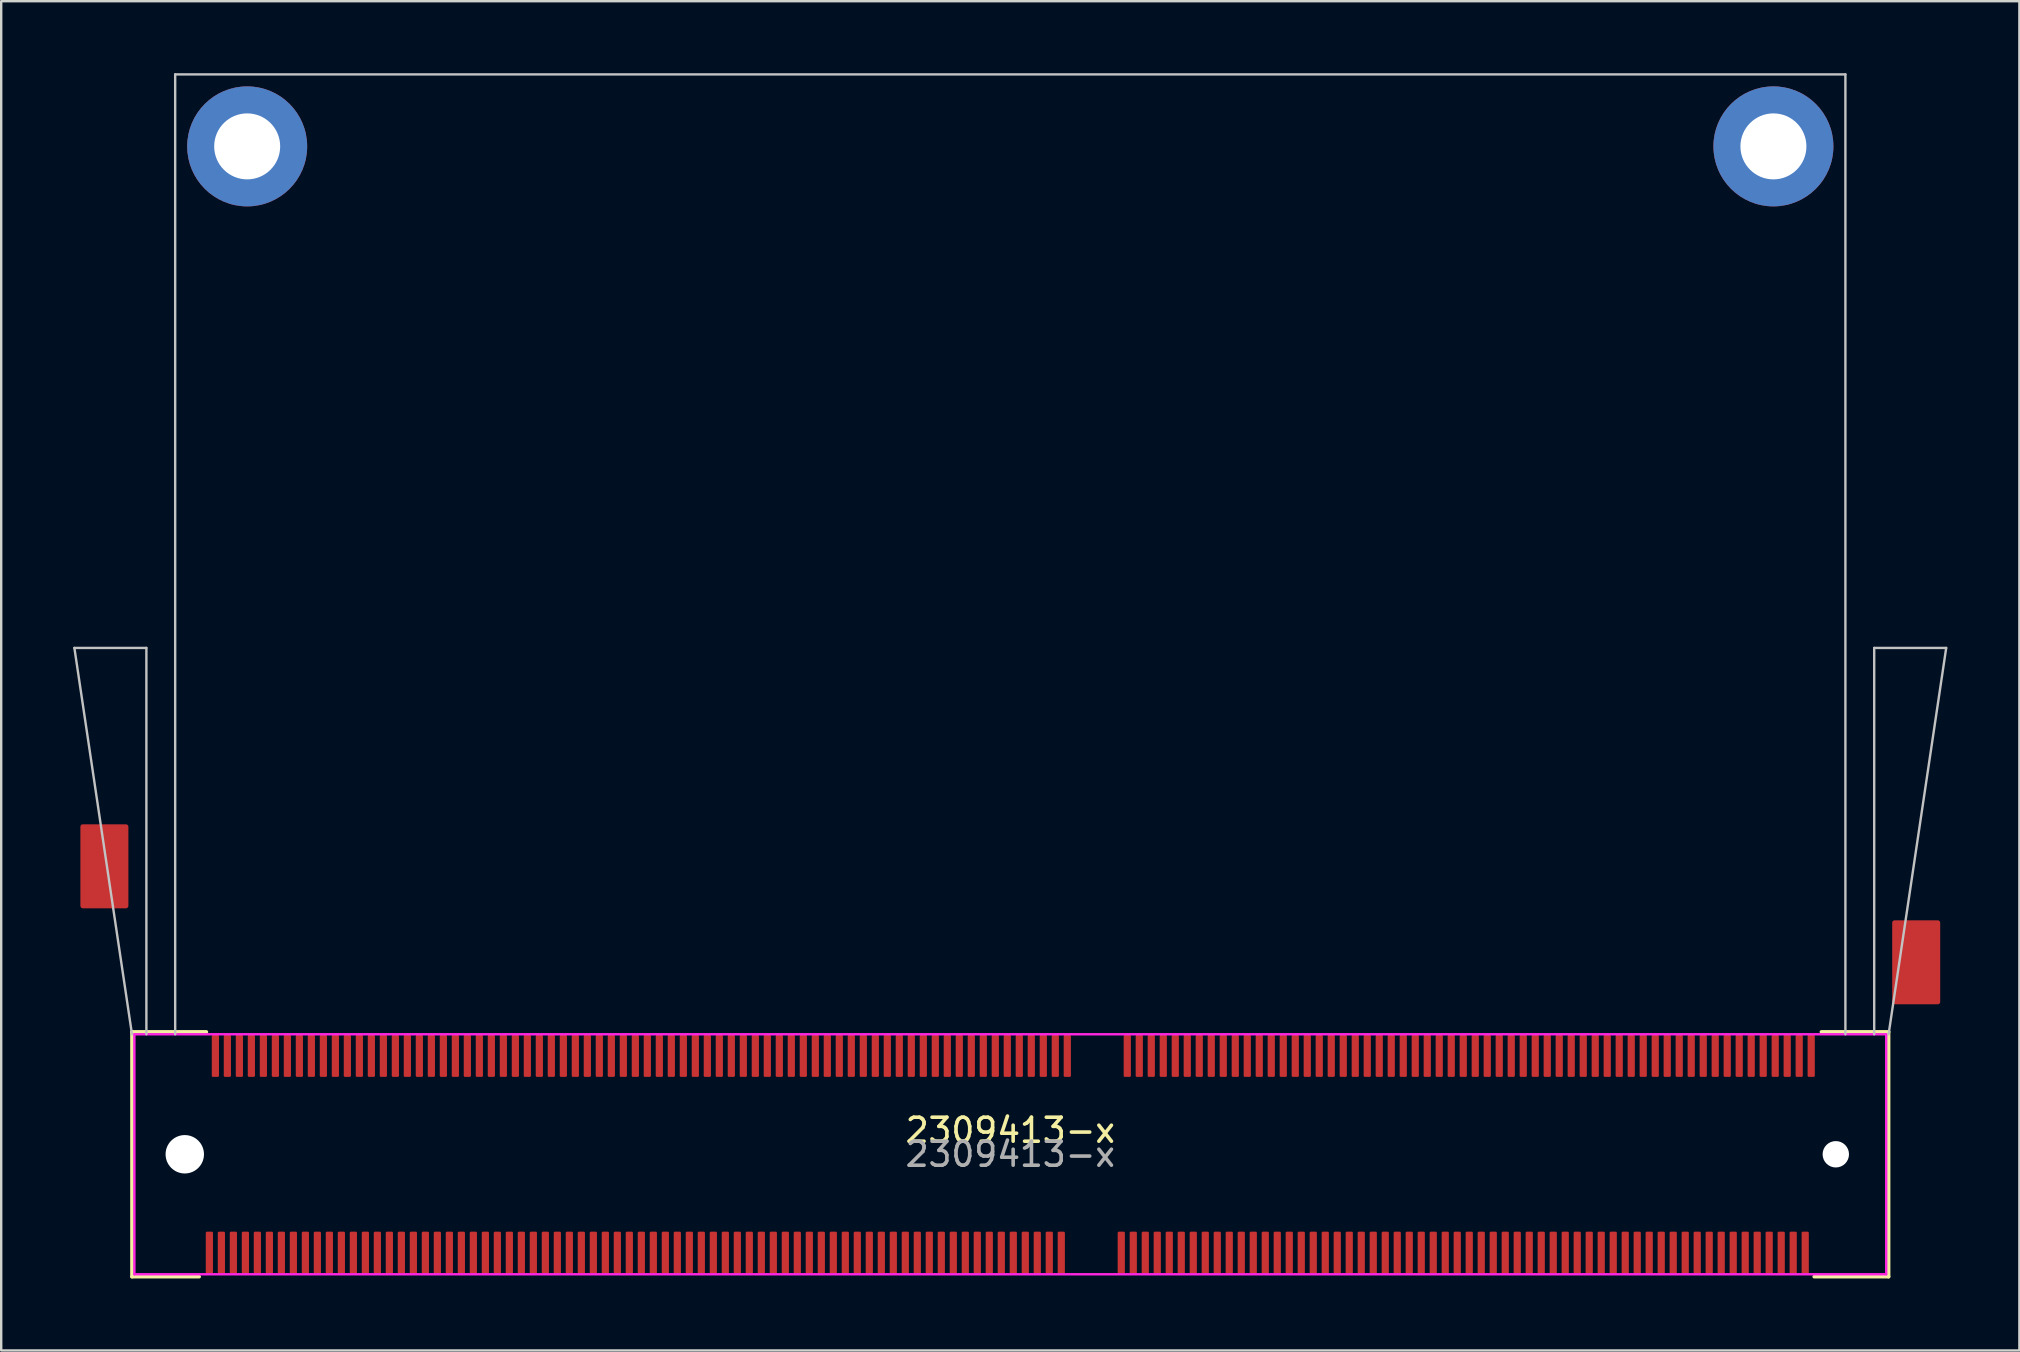
<source format=kicad_pcb>
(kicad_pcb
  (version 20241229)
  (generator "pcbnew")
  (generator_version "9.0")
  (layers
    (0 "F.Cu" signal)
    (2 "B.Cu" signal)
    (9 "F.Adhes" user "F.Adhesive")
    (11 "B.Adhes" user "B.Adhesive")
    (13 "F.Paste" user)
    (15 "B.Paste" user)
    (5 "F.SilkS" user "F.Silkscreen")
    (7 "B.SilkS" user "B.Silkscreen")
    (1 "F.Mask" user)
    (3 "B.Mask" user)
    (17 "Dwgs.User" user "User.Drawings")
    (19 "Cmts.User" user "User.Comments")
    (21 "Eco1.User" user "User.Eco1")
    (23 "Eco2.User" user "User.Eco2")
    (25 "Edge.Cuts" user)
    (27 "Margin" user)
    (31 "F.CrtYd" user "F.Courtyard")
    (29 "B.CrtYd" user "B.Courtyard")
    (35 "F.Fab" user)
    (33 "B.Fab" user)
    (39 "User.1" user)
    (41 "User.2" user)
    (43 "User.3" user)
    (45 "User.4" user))
  (footprint "2309413-x"
    (layer "F.Cu")
    (at 39.05 45.05)
    (property "Reference" "2309413-x" (at 0 -1 0) (layer "F.SilkS") (effects (font (size 1 1) (thickness 0.15))))
    (attr smd)
    (fp_line (start -36.6 -5.1) (end -36.6 5.1) (stroke (width 0.15) (type solid)) (layer "F.SilkS"))
    (fp_line (start -36.6 -5.1) (end -33.5 -5.1) (stroke (width 0.15) (type solid)) (layer "F.SilkS"))
    (fp_line (start -36.6 5.1) (end -33.8 5.1) (stroke (width 0.15) (type solid)) (layer "F.SilkS"))
    (fp_line (start 33.5 5.1) (end 36.6 5.1) (stroke (width 0.15) (type solid)) (layer "F.SilkS"))
    (fp_line (start 33.8 -5.1) (end 36.6 -5.1) (stroke (width 0.15) (type solid)) (layer "F.SilkS"))
    (fp_line (start 36.6 -5.1) (end 36.6 5.1) (stroke (width 0.15) (type solid)) (layer "F.SilkS"))
    (fp_line (start -39 -21.1) (end -36.6 -5) (stroke (width 0.1) (type solid)) (layer "Dwgs.User"))
    (fp_line (start -36 -21.1) (end -39 -21.1) (stroke (width 0.1) (type solid)) (layer "Dwgs.User"))
    (fp_line (start -36 -21.1) (end -36 -5) (stroke (width 0.1) (type solid)) (layer "Dwgs.User"))
    (fp_line (start -34.8 -45) (end -34.8 -5) (stroke (width 0.1) (type solid)) (layer "Dwgs.User"))
    (fp_line (start -34.8 -45) (end 34.8 -45) (stroke (width 0.1) (type solid)) (layer "Dwgs.User"))
    (fp_line (start 34.8 -45) (end 34.8 -5) (stroke (width 0.1) (type solid)) (layer "Dwgs.User"))
    (fp_line (start 36 -21.1) (end 36 -5) (stroke (width 0.1) (type solid)) (layer "Dwgs.User"))
    (fp_line (start 39 -21.1) (end 36 -21.1) (stroke (width 0.1) (type solid)) (layer "Dwgs.User"))
    (fp_line (start 39 -21.1) (end 36.6 -5) (stroke (width 0.1) (type solid)) (layer "Dwgs.User"))
    (fp_line (start -36.5 -5) (end -36.5 5) (stroke (width 0.1) (type solid)) (layer "F.CrtYd"))
    (fp_line (start -36.5 -5) (end 36.5 -5) (stroke (width 0.1) (type solid)) (layer "F.CrtYd"))
    (fp_line (start 36.5 -5) (end 36.5 5) (stroke (width 0.1) (type solid)) (layer "F.CrtYd"))
    (fp_line (start 36.5 5) (end -36.5 5) (stroke (width 0.1) (type solid)) (layer "F.CrtYd"))
    (fp_text user "${REFERENCE}" (at 0 0 0) (layer "F.Fab") (effects (font (size 1 1) (thickness 0.15))))
    (pad "" np_thru_hole circle (at -34.4 0) (size 1.6 1.6) (drill 1.6) (layers "*.Cu" "*.Mask"))
    (pad "" np_thru_hole circle (at 34.4 0) (size 1.1 1.1) (drill 1.1) (layers "*.Cu" "*.Mask"))
    (pad "1" smd roundrect (at -33.375 4.1) (size 0.3 1.75) (layers "F.Cu" "F.Mask" "F.Paste") (roundrect_rratio 0.167))
    (pad "2" smd roundrect (at -33.125 -4.1) (size 0.3 1.75) (layers "F.Cu" "F.Mask" "F.Paste") (roundrect_rratio 0.167))
    (pad "3" smd roundrect (at -32.875 4.1) (size 0.3 1.75) (layers "F.Cu" "F.Mask" "F.Paste") (roundrect_rratio 0.167))
    (pad "4" smd roundrect (at -32.625 -4.1) (size 0.3 1.75) (layers "F.Cu" "F.Mask" "F.Paste") (roundrect_rratio 0.167))
    (pad "5" smd roundrect (at -32.375 4.1) (size 0.3 1.75) (layers "F.Cu" "F.Mask" "F.Paste") (roundrect_rratio 0.167))
    (pad "6" smd roundrect (at -32.125 -4.1) (size 0.3 1.75) (layers "F.Cu" "F.Mask" "F.Paste") (roundrect_rratio 0.167))
    (pad "7" smd roundrect (at -31.875 4.1) (size 0.3 1.75) (layers "F.Cu" "F.Mask" "F.Paste") (roundrect_rratio 0.167))
    (pad "8" smd roundrect (at -31.625 -4.1) (size 0.3 1.75) (layers "F.Cu" "F.Mask" "F.Paste") (roundrect_rratio 0.167))
    (pad "9" smd roundrect (at -31.375 4.1) (size 0.3 1.75) (layers "F.Cu" "F.Mask" "F.Paste") (roundrect_rratio 0.167))
    (pad "10" smd roundrect (at -31.125 -4.1) (size 0.3 1.75) (layers "F.Cu" "F.Mask" "F.Paste") (roundrect_rratio 0.167))
    (pad "11" smd roundrect (at -30.875 4.1) (size 0.3 1.75) (layers "F.Cu" "F.Mask" "F.Paste") (roundrect_rratio 0.167))
    (pad "12" smd roundrect (at -30.625 -4.1) (size 0.3 1.75) (layers "F.Cu" "F.Mask" "F.Paste") (roundrect_rratio 0.167))
    (pad "13" smd roundrect (at -30.375 4.1) (size 0.3 1.75) (layers "F.Cu" "F.Mask" "F.Paste") (roundrect_rratio 0.167))
    (pad "14" smd roundrect (at -30.125 -4.1) (size 0.3 1.75) (layers "F.Cu" "F.Mask" "F.Paste") (roundrect_rratio 0.167))
    (pad "15" smd roundrect (at -29.875 4.1) (size 0.3 1.75) (layers "F.Cu" "F.Mask" "F.Paste") (roundrect_rratio 0.167))
    (pad "16" smd roundrect (at -29.625 -4.1) (size 0.3 1.75) (layers "F.Cu" "F.Mask" "F.Paste") (roundrect_rratio 0.167))
    (pad "17" smd roundrect (at -29.375 4.1) (size 0.3 1.75) (layers "F.Cu" "F.Mask" "F.Paste") (roundrect_rratio 0.167))
    (pad "18" smd roundrect (at -29.125 -4.1) (size 0.3 1.75) (layers "F.Cu" "F.Mask" "F.Paste") (roundrect_rratio 0.167))
    (pad "19" smd roundrect (at -28.875 4.1) (size 0.3 1.75) (layers "F.Cu" "F.Mask" "F.Paste") (roundrect_rratio 0.167))
    (pad "20" smd roundrect (at -28.625 -4.1) (size 0.3 1.75) (layers "F.Cu" "F.Mask" "F.Paste") (roundrect_rratio 0.167))
    (pad "21" smd roundrect (at -28.375 4.1) (size 0.3 1.75) (layers "F.Cu" "F.Mask" "F.Paste") (roundrect_rratio 0.167))
    (pad "22" smd roundrect (at -28.125 -4.1) (size 0.3 1.75) (layers "F.Cu" "F.Mask" "F.Paste") (roundrect_rratio 0.167))
    (pad "23" smd roundrect (at -27.875 4.1) (size 0.3 1.75) (layers "F.Cu" "F.Mask" "F.Paste") (roundrect_rratio 0.167))
    (pad "24" smd roundrect (at -27.625 -4.1) (size 0.3 1.75) (layers "F.Cu" "F.Mask" "F.Paste") (roundrect_rratio 0.167))
    (pad "25" smd roundrect (at -27.375 4.1) (size 0.3 1.75) (layers "F.Cu" "F.Mask" "F.Paste") (roundrect_rratio 0.167))
    (pad "26" smd roundrect (at -27.125 -4.1) (size 0.3 1.75) (layers "F.Cu" "F.Mask" "F.Paste") (roundrect_rratio 0.167))
    (pad "27" smd roundrect (at -26.875 4.1) (size 0.3 1.75) (layers "F.Cu" "F.Mask" "F.Paste") (roundrect_rratio 0.167))
    (pad "28" smd roundrect (at -26.625 -4.1) (size 0.3 1.75) (layers "F.Cu" "F.Mask" "F.Paste") (roundrect_rratio 0.167))
    (pad "29" smd roundrect (at -26.375 4.1) (size 0.3 1.75) (layers "F.Cu" "F.Mask" "F.Paste") (roundrect_rratio 0.167))
    (pad "30" smd roundrect (at -26.125 -4.1) (size 0.3 1.75) (layers "F.Cu" "F.Mask" "F.Paste") (roundrect_rratio 0.167))
    (pad "31" smd roundrect (at -25.875 4.1) (size 0.3 1.75) (layers "F.Cu" "F.Mask" "F.Paste") (roundrect_rratio 0.167))
    (pad "32" smd roundrect (at -25.625 -4.1) (size 0.3 1.75) (layers "F.Cu" "F.Mask" "F.Paste") (roundrect_rratio 0.167))
    (pad "33" smd roundrect (at -25.375 4.1) (size 0.3 1.75) (layers "F.Cu" "F.Mask" "F.Paste") (roundrect_rratio 0.167))
    (pad "34" smd roundrect (at -25.125 -4.1) (size 0.3 1.75) (layers "F.Cu" "F.Mask" "F.Paste") (roundrect_rratio 0.167))
    (pad "35" smd roundrect (at -24.875 4.1) (size 0.3 1.75) (layers "F.Cu" "F.Mask" "F.Paste") (roundrect_rratio 0.167))
    (pad "36" smd roundrect (at -24.625 -4.1) (size 0.3 1.75) (layers "F.Cu" "F.Mask" "F.Paste") (roundrect_rratio 0.167))
    (pad "37" smd roundrect (at -24.375 4.1) (size 0.3 1.75) (layers "F.Cu" "F.Mask" "F.Paste") (roundrect_rratio 0.167))
    (pad "38" smd roundrect (at -24.125 -4.1) (size 0.3 1.75) (layers "F.Cu" "F.Mask" "F.Paste") (roundrect_rratio 0.167))
    (pad "39" smd roundrect (at -23.875 4.1) (size 0.3 1.75) (layers "F.Cu" "F.Mask" "F.Paste") (roundrect_rratio 0.167))
    (pad "40" smd roundrect (at -23.625 -4.1) (size 0.3 1.75) (layers "F.Cu" "F.Mask" "F.Paste") (roundrect_rratio 0.167))
    (pad "41" smd roundrect (at -23.375 4.1) (size 0.3 1.75) (layers "F.Cu" "F.Mask" "F.Paste") (roundrect_rratio 0.167))
    (pad "42" smd roundrect (at -23.125 -4.1) (size 0.3 1.75) (layers "F.Cu" "F.Mask" "F.Paste") (roundrect_rratio 0.167))
    (pad "43" smd roundrect (at -22.875 4.1) (size 0.3 1.75) (layers "F.Cu" "F.Mask" "F.Paste") (roundrect_rratio 0.167))
    (pad "44" smd roundrect (at -22.625 -4.1) (size 0.3 1.75) (layers "F.Cu" "F.Mask" "F.Paste") (roundrect_rratio 0.167))
    (pad "45" smd roundrect (at -22.375 4.1) (size 0.3 1.75) (layers "F.Cu" "F.Mask" "F.Paste") (roundrect_rratio 0.167))
    (pad "46" smd roundrect (at -22.125 -4.1) (size 0.3 1.75) (layers "F.Cu" "F.Mask" "F.Paste") (roundrect_rratio 0.167))
    (pad "47" smd roundrect (at -21.875 4.1) (size 0.3 1.75) (layers "F.Cu" "F.Mask" "F.Paste") (roundrect_rratio 0.167))
    (pad "48" smd roundrect (at -21.625 -4.1) (size 0.3 1.75) (layers "F.Cu" "F.Mask" "F.Paste") (roundrect_rratio 0.167))
    (pad "49" smd roundrect (at -21.375 4.1) (size 0.3 1.75) (layers "F.Cu" "F.Mask" "F.Paste") (roundrect_rratio 0.167))
    (pad "50" smd roundrect (at -21.125 -4.1) (size 0.3 1.75) (layers "F.Cu" "F.Mask" "F.Paste") (roundrect_rratio 0.167))
    (pad "51" smd roundrect (at -20.875 4.1) (size 0.3 1.75) (layers "F.Cu" "F.Mask" "F.Paste") (roundrect_rratio 0.167))
    (pad "52" smd roundrect (at -20.625 -4.1) (size 0.3 1.75) (layers "F.Cu" "F.Mask" "F.Paste") (roundrect_rratio 0.167))
    (pad "53" smd roundrect (at -20.375 4.1) (size 0.3 1.75) (layers "F.Cu" "F.Mask" "F.Paste") (roundrect_rratio 0.167))
    (pad "54" smd roundrect (at -20.125 -4.1) (size 0.3 1.75) (layers "F.Cu" "F.Mask" "F.Paste") (roundrect_rratio 0.167))
    (pad "55" smd roundrect (at -19.875 4.1) (size 0.3 1.75) (layers "F.Cu" "F.Mask" "F.Paste") (roundrect_rratio 0.167))
    (pad "56" smd roundrect (at -19.625 -4.1) (size 0.3 1.75) (layers "F.Cu" "F.Mask" "F.Paste") (roundrect_rratio 0.167))
    (pad "57" smd roundrect (at -19.375 4.1) (size 0.3 1.75) (layers "F.Cu" "F.Mask" "F.Paste") (roundrect_rratio 0.167))
    (pad "58" smd roundrect (at -19.125 -4.1) (size 0.3 1.75) (layers "F.Cu" "F.Mask" "F.Paste") (roundrect_rratio 0.167))
    (pad "59" smd roundrect (at -18.875 4.1) (size 0.3 1.75) (layers "F.Cu" "F.Mask" "F.Paste") (roundrect_rratio 0.167))
    (pad "60" smd roundrect (at -18.625 -4.1) (size 0.3 1.75) (layers "F.Cu" "F.Mask" "F.Paste") (roundrect_rratio 0.167))
    (pad "61" smd roundrect (at -18.375 4.1) (size 0.3 1.75) (layers "F.Cu" "F.Mask" "F.Paste") (roundrect_rratio 0.167))
    (pad "62" smd roundrect (at -18.125 -4.1) (size 0.3 1.75) (layers "F.Cu" "F.Mask" "F.Paste") (roundrect_rratio 0.167))
    (pad "63" smd roundrect (at -17.875 4.1) (size 0.3 1.75) (layers "F.Cu" "F.Mask" "F.Paste") (roundrect_rratio 0.167))
    (pad "64" smd roundrect (at -17.625 -4.1) (size 0.3 1.75) (layers "F.Cu" "F.Mask" "F.Paste") (roundrect_rratio 0.167))
    (pad "65" smd roundrect (at -17.375 4.1) (size 0.3 1.75) (layers "F.Cu" "F.Mask" "F.Paste") (roundrect_rratio 0.167))
    (pad "66" smd roundrect (at -17.125 -4.1) (size 0.3 1.75) (layers "F.Cu" "F.Mask" "F.Paste") (roundrect_rratio 0.167))
    (pad "67" smd roundrect (at -16.875 4.1) (size 0.3 1.75) (layers "F.Cu" "F.Mask" "F.Paste") (roundrect_rratio 0.167))
    (pad "68" smd roundrect (at -16.625 -4.1) (size 0.3 1.75) (layers "F.Cu" "F.Mask" "F.Paste") (roundrect_rratio 0.167))
    (pad "69" smd roundrect (at -16.375 4.1) (size 0.3 1.75) (layers "F.Cu" "F.Mask" "F.Paste") (roundrect_rratio 0.167))
    (pad "70" smd roundrect (at -16.125 -4.1) (size 0.3 1.75) (layers "F.Cu" "F.Mask" "F.Paste") (roundrect_rratio 0.167))
    (pad "71" smd roundrect (at -15.875 4.1) (size 0.3 1.75) (layers "F.Cu" "F.Mask" "F.Paste") (roundrect_rratio 0.167))
    (pad "72" smd roundrect (at -15.625 -4.1) (size 0.3 1.75) (layers "F.Cu" "F.Mask" "F.Paste") (roundrect_rratio 0.167))
    (pad "73" smd roundrect (at -15.375 4.1) (size 0.3 1.75) (layers "F.Cu" "F.Mask" "F.Paste") (roundrect_rratio 0.167))
    (pad "74" smd roundrect (at -15.125 -4.1) (size 0.3 1.75) (layers "F.Cu" "F.Mask" "F.Paste") (roundrect_rratio 0.167))
    (pad "75" smd roundrect (at -14.875 4.1) (size 0.3 1.75) (layers "F.Cu" "F.Mask" "F.Paste") (roundrect_rratio 0.167))
    (pad "76" smd roundrect (at -14.625 -4.1) (size 0.3 1.75) (layers "F.Cu" "F.Mask" "F.Paste") (roundrect_rratio 0.167))
    (pad "77" smd roundrect (at -14.375 4.1) (size 0.3 1.75) (layers "F.Cu" "F.Mask" "F.Paste") (roundrect_rratio 0.167))
    (pad "78" smd roundrect (at -14.125 -4.1) (size 0.3 1.75) (layers "F.Cu" "F.Mask" "F.Paste") (roundrect_rratio 0.167))
    (pad "79" smd roundrect (at -13.875 4.1) (size 0.3 1.75) (layers "F.Cu" "F.Mask" "F.Paste") (roundrect_rratio 0.167))
    (pad "80" smd roundrect (at -13.625 -4.1) (size 0.3 1.75) (layers "F.Cu" "F.Mask" "F.Paste") (roundrect_rratio 0.167))
    (pad "81" smd roundrect (at -13.375 4.1) (size 0.3 1.75) (layers "F.Cu" "F.Mask" "F.Paste") (roundrect_rratio 0.167))
    (pad "82" smd roundrect (at -13.125 -4.1) (size 0.3 1.75) (layers "F.Cu" "F.Mask" "F.Paste") (roundrect_rratio 0.167))
    (pad "83" smd roundrect (at -12.875 4.1) (size 0.3 1.75) (layers "F.Cu" "F.Mask" "F.Paste") (roundrect_rratio 0.167))
    (pad "84" smd roundrect (at -12.625 -4.1) (size 0.3 1.75) (layers "F.Cu" "F.Mask" "F.Paste") (roundrect_rratio 0.167))
    (pad "85" smd roundrect (at -12.375 4.1) (size 0.3 1.75) (layers "F.Cu" "F.Mask" "F.Paste") (roundrect_rratio 0.167))
    (pad "86" smd roundrect (at -12.125 -4.1) (size 0.3 1.75) (layers "F.Cu" "F.Mask" "F.Paste") (roundrect_rratio 0.167))
    (pad "87" smd roundrect (at -11.875 4.1) (size 0.3 1.75) (layers "F.Cu" "F.Mask" "F.Paste") (roundrect_rratio 0.167))
    (pad "88" smd roundrect (at -11.625 -4.1) (size 0.3 1.75) (layers "F.Cu" "F.Mask" "F.Paste") (roundrect_rratio 0.167))
    (pad "89" smd roundrect (at -11.375 4.1) (size 0.3 1.75) (layers "F.Cu" "F.Mask" "F.Paste") (roundrect_rratio 0.167))
    (pad "90" smd roundrect (at -11.125 -4.1) (size 0.3 1.75) (layers "F.Cu" "F.Mask" "F.Paste") (roundrect_rratio 0.167))
    (pad "91" smd roundrect (at -10.875 4.1) (size 0.3 1.75) (layers "F.Cu" "F.Mask" "F.Paste") (roundrect_rratio 0.167))
    (pad "92" smd roundrect (at -10.625 -4.1) (size 0.3 1.75) (layers "F.Cu" "F.Mask" "F.Paste") (roundrect_rratio 0.167))
    (pad "93" smd roundrect (at -10.375 4.1) (size 0.3 1.75) (layers "F.Cu" "F.Mask" "F.Paste") (roundrect_rratio 0.167))
    (pad "94" smd roundrect (at -10.125 -4.1) (size 0.3 1.75) (layers "F.Cu" "F.Mask" "F.Paste") (roundrect_rratio 0.167))
    (pad "95" smd roundrect (at -9.875 4.1) (size 0.3 1.75) (layers "F.Cu" "F.Mask" "F.Paste") (roundrect_rratio 0.167))
    (pad "96" smd roundrect (at -9.625 -4.1) (size 0.3 1.75) (layers "F.Cu" "F.Mask" "F.Paste") (roundrect_rratio 0.167))
    (pad "97" smd roundrect (at -9.375 4.1) (size 0.3 1.75) (layers "F.Cu" "F.Mask" "F.Paste") (roundrect_rratio 0.167))
    (pad "98" smd roundrect (at -9.125 -4.1) (size 0.3 1.75) (layers "F.Cu" "F.Mask" "F.Paste") (roundrect_rratio 0.167))
    (pad "99" smd roundrect (at -8.875 4.1) (size 0.3 1.75) (layers "F.Cu" "F.Mask" "F.Paste") (roundrect_rratio 0.167))
    (pad "100" smd roundrect (at -8.625 -4.1) (size 0.3 1.75) (layers "F.Cu" "F.Mask" "F.Paste") (roundrect_rratio 0.167))
    (pad "101" smd roundrect (at -8.375 4.1) (size 0.3 1.75) (layers "F.Cu" "F.Mask" "F.Paste") (roundrect_rratio 0.167))
    (pad "102" smd roundrect (at -8.125 -4.1) (size 0.3 1.75) (layers "F.Cu" "F.Mask" "F.Paste") (roundrect_rratio 0.167))
    (pad "103" smd roundrect (at -7.875 4.1) (size 0.3 1.75) (layers "F.Cu" "F.Mask" "F.Paste") (roundrect_rratio 0.167))
    (pad "104" smd roundrect (at -7.625 -4.1) (size 0.3 1.75) (layers "F.Cu" "F.Mask" "F.Paste") (roundrect_rratio 0.167))
    (pad "105" smd roundrect (at -7.375 4.1) (size 0.3 1.75) (layers "F.Cu" "F.Mask" "F.Paste") (roundrect_rratio 0.167))
    (pad "106" smd roundrect (at -7.125 -4.1) (size 0.3 1.75) (layers "F.Cu" "F.Mask" "F.Paste") (roundrect_rratio 0.167))
    (pad "107" smd roundrect (at -6.875 4.1) (size 0.3 1.75) (layers "F.Cu" "F.Mask" "F.Paste") (roundrect_rratio 0.167))
    (pad "108" smd roundrect (at -6.625 -4.1) (size 0.3 1.75) (layers "F.Cu" "F.Mask" "F.Paste") (roundrect_rratio 0.167))
    (pad "109" smd roundrect (at -6.375 4.1) (size 0.3 1.75) (layers "F.Cu" "F.Mask" "F.Paste") (roundrect_rratio 0.167))
    (pad "110" smd roundrect (at -6.125 -4.1) (size 0.3 1.75) (layers "F.Cu" "F.Mask" "F.Paste") (roundrect_rratio 0.167))
    (pad "111" smd roundrect (at -5.875 4.1) (size 0.3 1.75) (layers "F.Cu" "F.Mask" "F.Paste") (roundrect_rratio 0.167))
    (pad "112" smd roundrect (at -5.625 -4.1) (size 0.3 1.75) (layers "F.Cu" "F.Mask" "F.Paste") (roundrect_rratio 0.167))
    (pad "113" smd roundrect (at -5.375 4.1) (size 0.3 1.75) (layers "F.Cu" "F.Mask" "F.Paste") (roundrect_rratio 0.167))
    (pad "114" smd roundrect (at -5.125 -4.1) (size 0.3 1.75) (layers "F.Cu" "F.Mask" "F.Paste") (roundrect_rratio 0.167))
    (pad "115" smd roundrect (at -4.875 4.1) (size 0.3 1.75) (layers "F.Cu" "F.Mask" "F.Paste") (roundrect_rratio 0.167))
    (pad "116" smd roundrect (at -4.625 -4.1) (size 0.3 1.75) (layers "F.Cu" "F.Mask" "F.Paste") (roundrect_rratio 0.167))
    (pad "117" smd roundrect (at -4.375 4.1) (size 0.3 1.75) (layers "F.Cu" "F.Mask" "F.Paste") (roundrect_rratio 0.167))
    (pad "118" smd roundrect (at -4.125 -4.1) (size 0.3 1.75) (layers "F.Cu" "F.Mask" "F.Paste") (roundrect_rratio 0.167))
    (pad "119" smd roundrect (at -3.875 4.1) (size 0.3 1.75) (layers "F.Cu" "F.Mask" "F.Paste") (roundrect_rratio 0.167))
    (pad "120" smd roundrect (at -3.625 -4.1) (size 0.3 1.75) (layers "F.Cu" "F.Mask" "F.Paste") (roundrect_rratio 0.167))
    (pad "121" smd roundrect (at -3.375 4.1) (size 0.3 1.75) (layers "F.Cu" "F.Mask" "F.Paste") (roundrect_rratio 0.167))
    (pad "122" smd roundrect (at -3.125 -4.1) (size 0.3 1.75) (layers "F.Cu" "F.Mask" "F.Paste") (roundrect_rratio 0.167))
    (pad "123" smd roundrect (at -2.875 4.1) (size 0.3 1.75) (layers "F.Cu" "F.Mask" "F.Paste") (roundrect_rratio 0.167))
    (pad "124" smd roundrect (at -2.625 -4.1) (size 0.3 1.75) (layers "F.Cu" "F.Mask" "F.Paste") (roundrect_rratio 0.167))
    (pad "125" smd roundrect (at -2.375 4.1) (size 0.3 1.75) (layers "F.Cu" "F.Mask" "F.Paste") (roundrect_rratio 0.167))
    (pad "126" smd roundrect (at -2.125 -4.1) (size 0.3 1.75) (layers "F.Cu" "F.Mask" "F.Paste") (roundrect_rratio 0.167))
    (pad "127" smd roundrect (at -1.875 4.1) (size 0.3 1.75) (layers "F.Cu" "F.Mask" "F.Paste") (roundrect_rratio 0.167))
    (pad "128" smd roundrect (at -1.625 -4.1) (size 0.3 1.75) (layers "F.Cu" "F.Mask" "F.Paste") (roundrect_rratio 0.167))
    (pad "129" smd roundrect (at -1.375 4.1) (size 0.3 1.75) (layers "F.Cu" "F.Mask" "F.Paste") (roundrect_rratio 0.167))
    (pad "130" smd roundrect (at -1.125 -4.1) (size 0.3 1.75) (layers "F.Cu" "F.Mask" "F.Paste") (roundrect_rratio 0.167))
    (pad "131" smd roundrect (at -0.875 4.1) (size 0.3 1.75) (layers "F.Cu" "F.Mask" "F.Paste") (roundrect_rratio 0.167))
    (pad "132" smd roundrect (at -0.625 -4.1) (size 0.3 1.75) (layers "F.Cu" "F.Mask" "F.Paste") (roundrect_rratio 0.167))
    (pad "133" smd roundrect (at -0.375 4.1) (size 0.3 1.75) (layers "F.Cu" "F.Mask" "F.Paste") (roundrect_rratio 0.167))
    (pad "134" smd roundrect (at -0.125 -4.1) (size 0.3 1.75) (layers "F.Cu" "F.Mask" "F.Paste") (roundrect_rratio 0.167))
    (pad "135" smd roundrect (at 0.125 4.1) (size 0.3 1.75) (layers "F.Cu" "F.Mask" "F.Paste") (roundrect_rratio 0.167))
    (pad "136" smd roundrect (at 0.375 -4.1) (size 0.3 1.75) (layers "F.Cu" "F.Mask" "F.Paste") (roundrect_rratio 0.167))
    (pad "137" smd roundrect (at 0.625 4.1) (size 0.3 1.75) (layers "F.Cu" "F.Mask" "F.Paste") (roundrect_rratio 0.167))
    (pad "138" smd roundrect (at 0.875 -4.1) (size 0.3 1.75) (layers "F.Cu" "F.Mask" "F.Paste") (roundrect_rratio 0.167))
    (pad "139" smd roundrect (at 1.125 4.1) (size 0.3 1.75) (layers "F.Cu" "F.Mask" "F.Paste") (roundrect_rratio 0.167))
    (pad "140" smd roundrect (at 1.375 -4.1) (size 0.3 1.75) (layers "F.Cu" "F.Mask" "F.Paste") (roundrect_rratio 0.167))
    (pad "141" smd roundrect (at 1.625 4.1) (size 0.3 1.75) (layers "F.Cu" "F.Mask" "F.Paste") (roundrect_rratio 0.167))
    (pad "142" smd roundrect (at 1.875 -4.1) (size 0.3 1.75) (layers "F.Cu" "F.Mask" "F.Paste") (roundrect_rratio 0.167))
    (pad "143" smd roundrect (at 2.125 4.1) (size 0.3 1.75) (layers "F.Cu" "F.Mask" "F.Paste") (roundrect_rratio 0.167))
    (pad "144" smd roundrect (at 2.375 -4.1) (size 0.3 1.75) (layers "F.Cu" "F.Mask" "F.Paste") (roundrect_rratio 0.167))
    (pad "145" smd roundrect (at 4.625 4.1) (size 0.3 1.75) (layers "F.Cu" "F.Mask" "F.Paste") (roundrect_rratio 0.167))
    (pad "146" smd roundrect (at 4.875 -4.1) (size 0.3 1.75) (layers "F.Cu" "F.Mask" "F.Paste") (roundrect_rratio 0.167))
    (pad "147" smd roundrect (at 5.125 4.1) (size 0.3 1.75) (layers "F.Cu" "F.Mask" "F.Paste") (roundrect_rratio 0.167))
    (pad "148" smd roundrect (at 5.375 -4.1) (size 0.3 1.75) (layers "F.Cu" "F.Mask" "F.Paste") (roundrect_rratio 0.167))
    (pad "149" smd roundrect (at 5.625 4.1) (size 0.3 1.75) (layers "F.Cu" "F.Mask" "F.Paste") (roundrect_rratio 0.167))
    (pad "150" smd roundrect (at 5.875 -4.1) (size 0.3 1.75) (layers "F.Cu" "F.Mask" "F.Paste") (roundrect_rratio 0.167))
    (pad "151" smd roundrect (at 6.125 4.1) (size 0.3 1.75) (layers "F.Cu" "F.Mask" "F.Paste") (roundrect_rratio 0.167))
    (pad "152" smd roundrect (at 6.375 -4.1) (size 0.3 1.75) (layers "F.Cu" "F.Mask" "F.Paste") (roundrect_rratio 0.167))
    (pad "153" smd roundrect (at 6.625 4.1) (size 0.3 1.75) (layers "F.Cu" "F.Mask" "F.Paste") (roundrect_rratio 0.167))
    (pad "154" smd roundrect (at 6.875 -4.1) (size 0.3 1.75) (layers "F.Cu" "F.Mask" "F.Paste") (roundrect_rratio 0.167))
    (pad "155" smd roundrect (at 7.125 4.1) (size 0.3 1.75) (layers "F.Cu" "F.Mask" "F.Paste") (roundrect_rratio 0.167))
    (pad "156" smd roundrect (at 7.375 -4.1) (size 0.3 1.75) (layers "F.Cu" "F.Mask" "F.Paste") (roundrect_rratio 0.167))
    (pad "157" smd roundrect (at 7.625 4.1) (size 0.3 1.75) (layers "F.Cu" "F.Mask" "F.Paste") (roundrect_rratio 0.167))
    (pad "158" smd roundrect (at 7.875 -4.1) (size 0.3 1.75) (layers "F.Cu" "F.Mask" "F.Paste") (roundrect_rratio 0.167))
    (pad "159" smd roundrect (at 8.125 4.1) (size 0.3 1.75) (layers "F.Cu" "F.Mask" "F.Paste") (roundrect_rratio 0.167))
    (pad "160" smd roundrect (at 8.375 -4.1) (size 0.3 1.75) (layers "F.Cu" "F.Mask" "F.Paste") (roundrect_rratio 0.167))
    (pad "161" smd roundrect (at 8.625 4.1) (size 0.3 1.75) (layers "F.Cu" "F.Mask" "F.Paste") (roundrect_rratio 0.167))
    (pad "162" smd roundrect (at 8.875 -4.1) (size 0.3 1.75) (layers "F.Cu" "F.Mask" "F.Paste") (roundrect_rratio 0.167))
    (pad "163" smd roundrect (at 9.125 4.1) (size 0.3 1.75) (layers "F.Cu" "F.Mask" "F.Paste") (roundrect_rratio 0.167))
    (pad "164" smd roundrect (at 9.375 -4.1) (size 0.3 1.75) (layers "F.Cu" "F.Mask" "F.Paste") (roundrect_rratio 0.167))
    (pad "165" smd roundrect (at 9.625 4.1) (size 0.3 1.75) (layers "F.Cu" "F.Mask" "F.Paste") (roundrect_rratio 0.167))
    (pad "166" smd roundrect (at 9.875 -4.1) (size 0.3 1.75) (layers "F.Cu" "F.Mask" "F.Paste") (roundrect_rratio 0.167))
    (pad "167" smd roundrect (at 10.125 4.1) (size 0.3 1.75) (layers "F.Cu" "F.Mask" "F.Paste") (roundrect_rratio 0.167))
    (pad "168" smd roundrect (at 10.375 -4.1) (size 0.3 1.75) (layers "F.Cu" "F.Mask" "F.Paste") (roundrect_rratio 0.167))
    (pad "169" smd roundrect (at 10.625 4.1) (size 0.3 1.75) (layers "F.Cu" "F.Mask" "F.Paste") (roundrect_rratio 0.167))
    (pad "170" smd roundrect (at 10.875 -4.1) (size 0.3 1.75) (layers "F.Cu" "F.Mask" "F.Paste") (roundrect_rratio 0.167))
    (pad "171" smd roundrect (at 11.125 4.1) (size 0.3 1.75) (layers "F.Cu" "F.Mask" "F.Paste") (roundrect_rratio 0.167))
    (pad "172" smd roundrect (at 11.375 -4.1) (size 0.3 1.75) (layers "F.Cu" "F.Mask" "F.Paste") (roundrect_rratio 0.167))
    (pad "173" smd roundrect (at 11.625 4.1) (size 0.3 1.75) (layers "F.Cu" "F.Mask" "F.Paste") (roundrect_rratio 0.167))
    (pad "174" smd roundrect (at 11.875 -4.1) (size 0.3 1.75) (layers "F.Cu" "F.Mask" "F.Paste") (roundrect_rratio 0.167))
    (pad "175" smd roundrect (at 12.125 4.1) (size 0.3 1.75) (layers "F.Cu" "F.Mask" "F.Paste") (roundrect_rratio 0.167))
    (pad "176" smd roundrect (at 12.375 -4.1) (size 0.3 1.75) (layers "F.Cu" "F.Mask" "F.Paste") (roundrect_rratio 0.167))
    (pad "177" smd roundrect (at 12.625 4.1) (size 0.3 1.75) (layers "F.Cu" "F.Mask" "F.Paste") (roundrect_rratio 0.167))
    (pad "178" smd roundrect (at 12.875 -4.1) (size 0.3 1.75) (layers "F.Cu" "F.Mask" "F.Paste") (roundrect_rratio 0.167))
    (pad "179" smd roundrect (at 13.125 4.1) (size 0.3 1.75) (layers "F.Cu" "F.Mask" "F.Paste") (roundrect_rratio 0.167))
    (pad "180" smd roundrect (at 13.375 -4.1) (size 0.3 1.75) (layers "F.Cu" "F.Mask" "F.Paste") (roundrect_rratio 0.167))
    (pad "181" smd roundrect (at 13.625 4.1) (size 0.3 1.75) (layers "F.Cu" "F.Mask" "F.Paste") (roundrect_rratio 0.167))
    (pad "182" smd roundrect (at 13.875 -4.1) (size 0.3 1.75) (layers "F.Cu" "F.Mask" "F.Paste") (roundrect_rratio 0.167))
    (pad "183" smd roundrect (at 14.125 4.1) (size 0.3 1.75) (layers "F.Cu" "F.Mask" "F.Paste") (roundrect_rratio 0.167))
    (pad "184" smd roundrect (at 14.375 -4.1) (size 0.3 1.75) (layers "F.Cu" "F.Mask" "F.Paste") (roundrect_rratio 0.167))
    (pad "185" smd roundrect (at 14.625 4.1) (size 0.3 1.75) (layers "F.Cu" "F.Mask" "F.Paste") (roundrect_rratio 0.167))
    (pad "186" smd roundrect (at 14.875 -4.1) (size 0.3 1.75) (layers "F.Cu" "F.Mask" "F.Paste") (roundrect_rratio 0.167))
    (pad "187" smd roundrect (at 15.125 4.1) (size 0.3 1.75) (layers "F.Cu" "F.Mask" "F.Paste") (roundrect_rratio 0.167))
    (pad "188" smd roundrect (at 15.375 -4.1) (size 0.3 1.75) (layers "F.Cu" "F.Mask" "F.Paste") (roundrect_rratio 0.167))
    (pad "189" smd roundrect (at 15.625 4.1) (size 0.3 1.75) (layers "F.Cu" "F.Mask" "F.Paste") (roundrect_rratio 0.167))
    (pad "190" smd roundrect (at 15.875 -4.1) (size 0.3 1.75) (layers "F.Cu" "F.Mask" "F.Paste") (roundrect_rratio 0.167))
    (pad "191" smd roundrect (at 16.125 4.1) (size 0.3 1.75) (layers "F.Cu" "F.Mask" "F.Paste") (roundrect_rratio 0.167))
    (pad "192" smd roundrect (at 16.375 -4.1) (size 0.3 1.75) (layers "F.Cu" "F.Mask" "F.Paste") (roundrect_rratio 0.167))
    (pad "193" smd roundrect (at 16.625 4.1) (size 0.3 1.75) (layers "F.Cu" "F.Mask" "F.Paste") (roundrect_rratio 0.167))
    (pad "194" smd roundrect (at 16.875 -4.1) (size 0.3 1.75) (layers "F.Cu" "F.Mask" "F.Paste") (roundrect_rratio 0.167))
    (pad "195" smd roundrect (at 17.125 4.1) (size 0.3 1.75) (layers "F.Cu" "F.Mask" "F.Paste") (roundrect_rratio 0.167))
    (pad "196" smd roundrect (at 17.375 -4.1) (size 0.3 1.75) (layers "F.Cu" "F.Mask" "F.Paste") (roundrect_rratio 0.167))
    (pad "197" smd roundrect (at 17.625 4.1) (size 0.3 1.75) (layers "F.Cu" "F.Mask" "F.Paste") (roundrect_rratio 0.167))
    (pad "198" smd roundrect (at 17.875 -4.1) (size 0.3 1.75) (layers "F.Cu" "F.Mask" "F.Paste") (roundrect_rratio 0.167))
    (pad "199" smd roundrect (at 18.125 4.1) (size 0.3 1.75) (layers "F.Cu" "F.Mask" "F.Paste") (roundrect_rratio 0.167))
    (pad "200" smd roundrect (at 18.375 -4.1) (size 0.3 1.75) (layers "F.Cu" "F.Mask" "F.Paste") (roundrect_rratio 0.167))
    (pad "201" smd roundrect (at 18.625 4.1) (size 0.3 1.75) (layers "F.Cu" "F.Mask" "F.Paste") (roundrect_rratio 0.167))
    (pad "202" smd roundrect (at 18.875 -4.1) (size 0.3 1.75) (layers "F.Cu" "F.Mask" "F.Paste") (roundrect_rratio 0.167))
    (pad "203" smd roundrect (at 19.125 4.1) (size 0.3 1.75) (layers "F.Cu" "F.Mask" "F.Paste") (roundrect_rratio 0.167))
    (pad "204" smd roundrect (at 19.375 -4.1) (size 0.3 1.75) (layers "F.Cu" "F.Mask" "F.Paste") (roundrect_rratio 0.167))
    (pad "205" smd roundrect (at 19.625 4.1) (size 0.3 1.75) (layers "F.Cu" "F.Mask" "F.Paste") (roundrect_rratio 0.167))
    (pad "206" smd roundrect (at 19.875 -4.1) (size 0.3 1.75) (layers "F.Cu" "F.Mask" "F.Paste") (roundrect_rratio 0.167))
    (pad "207" smd roundrect (at 20.125 4.1) (size 0.3 1.75) (layers "F.Cu" "F.Mask" "F.Paste") (roundrect_rratio 0.167))
    (pad "208" smd roundrect (at 20.375 -4.1) (size 0.3 1.75) (layers "F.Cu" "F.Mask" "F.Paste") (roundrect_rratio 0.167))
    (pad "209" smd roundrect (at 20.625 4.1) (size 0.3 1.75) (layers "F.Cu" "F.Mask" "F.Paste") (roundrect_rratio 0.167))
    (pad "210" smd roundrect (at 20.875 -4.1) (size 0.3 1.75) (layers "F.Cu" "F.Mask" "F.Paste") (roundrect_rratio 0.167))
    (pad "211" smd roundrect (at 21.125 4.1) (size 0.3 1.75) (layers "F.Cu" "F.Mask" "F.Paste") (roundrect_rratio 0.167))
    (pad "212" smd roundrect (at 21.375 -4.1) (size 0.3 1.75) (layers "F.Cu" "F.Mask" "F.Paste") (roundrect_rratio 0.167))
    (pad "213" smd roundrect (at 21.625 4.1) (size 0.3 1.75) (layers "F.Cu" "F.Mask" "F.Paste") (roundrect_rratio 0.167))
    (pad "214" smd roundrect (at 21.875 -4.1) (size 0.3 1.75) (layers "F.Cu" "F.Mask" "F.Paste") (roundrect_rratio 0.167))
    (pad "215" smd roundrect (at 22.125 4.1) (size 0.3 1.75) (layers "F.Cu" "F.Mask" "F.Paste") (roundrect_rratio 0.167))
    (pad "216" smd roundrect (at 22.375 -4.1) (size 0.3 1.75) (layers "F.Cu" "F.Mask" "F.Paste") (roundrect_rratio 0.167))
    (pad "217" smd roundrect (at 22.625 4.1) (size 0.3 1.75) (layers "F.Cu" "F.Mask" "F.Paste") (roundrect_rratio 0.167))
    (pad "218" smd roundrect (at 22.875 -4.1) (size 0.3 1.75) (layers "F.Cu" "F.Mask" "F.Paste") (roundrect_rratio 0.167))
    (pad "219" smd roundrect (at 23.125 4.1) (size 0.3 1.75) (layers "F.Cu" "F.Mask" "F.Paste") (roundrect_rratio 0.167))
    (pad "220" smd roundrect (at 23.375 -4.1) (size 0.3 1.75) (layers "F.Cu" "F.Mask" "F.Paste") (roundrect_rratio 0.167))
    (pad "221" smd roundrect (at 23.625 4.1) (size 0.3 1.75) (layers "F.Cu" "F.Mask" "F.Paste") (roundrect_rratio 0.167))
    (pad "222" smd roundrect (at 23.875 -4.1) (size 0.3 1.75) (layers "F.Cu" "F.Mask" "F.Paste") (roundrect_rratio 0.167))
    (pad "223" smd roundrect (at 24.125 4.1) (size 0.3 1.75) (layers "F.Cu" "F.Mask" "F.Paste") (roundrect_rratio 0.167))
    (pad "224" smd roundrect (at 24.375 -4.1) (size 0.3 1.75) (layers "F.Cu" "F.Mask" "F.Paste") (roundrect_rratio 0.167))
    (pad "225" smd roundrect (at 24.625 4.1) (size 0.3 1.75) (layers "F.Cu" "F.Mask" "F.Paste") (roundrect_rratio 0.167))
    (pad "226" smd roundrect (at 24.875 -4.1) (size 0.3 1.75) (layers "F.Cu" "F.Mask" "F.Paste") (roundrect_rratio 0.167))
    (pad "227" smd roundrect (at 25.125 4.1) (size 0.3 1.75) (layers "F.Cu" "F.Mask" "F.Paste") (roundrect_rratio 0.167))
    (pad "228" smd roundrect (at 25.375 -4.1) (size 0.3 1.75) (layers "F.Cu" "F.Mask" "F.Paste") (roundrect_rratio 0.167))
    (pad "229" smd roundrect (at 25.625 4.1) (size 0.3 1.75) (layers "F.Cu" "F.Mask" "F.Paste") (roundrect_rratio 0.167))
    (pad "230" smd roundrect (at 25.875 -4.1) (size 0.3 1.75) (layers "F.Cu" "F.Mask" "F.Paste") (roundrect_rratio 0.167))
    (pad "231" smd roundrect (at 26.125 4.1) (size 0.3 1.75) (layers "F.Cu" "F.Mask" "F.Paste") (roundrect_rratio 0.167))
    (pad "232" smd roundrect (at 26.375 -4.1) (size 0.3 1.75) (layers "F.Cu" "F.Mask" "F.Paste") (roundrect_rratio 0.167))
    (pad "233" smd roundrect (at 26.625 4.1) (size 0.3 1.75) (layers "F.Cu" "F.Mask" "F.Paste") (roundrect_rratio 0.167))
    (pad "234" smd roundrect (at 26.875 -4.1) (size 0.3 1.75) (layers "F.Cu" "F.Mask" "F.Paste") (roundrect_rratio 0.167))
    (pad "235" smd roundrect (at 27.125 4.1) (size 0.3 1.75) (layers "F.Cu" "F.Mask" "F.Paste") (roundrect_rratio 0.167))
    (pad "236" smd roundrect (at 27.375 -4.1) (size 0.3 1.75) (layers "F.Cu" "F.Mask" "F.Paste") (roundrect_rratio 0.167))
    (pad "237" smd roundrect (at 27.625 4.1) (size 0.3 1.75) (layers "F.Cu" "F.Mask" "F.Paste") (roundrect_rratio 0.167))
    (pad "238" smd roundrect (at 27.875 -4.1) (size 0.3 1.75) (layers "F.Cu" "F.Mask" "F.Paste") (roundrect_rratio 0.167))
    (pad "239" smd roundrect (at 28.125 4.1) (size 0.3 1.75) (layers "F.Cu" "F.Mask" "F.Paste") (roundrect_rratio 0.167))
    (pad "240" smd roundrect (at 28.375 -4.1) (size 0.3 1.75) (layers "F.Cu" "F.Mask" "F.Paste") (roundrect_rratio 0.167))
    (pad "241" smd roundrect (at 28.625 4.1) (size 0.3 1.75) (layers "F.Cu" "F.Mask" "F.Paste") (roundrect_rratio 0.167))
    (pad "242" smd roundrect (at 28.875 -4.1) (size 0.3 1.75) (layers "F.Cu" "F.Mask" "F.Paste") (roundrect_rratio 0.167))
    (pad "243" smd roundrect (at 29.125 4.1) (size 0.3 1.75) (layers "F.Cu" "F.Mask" "F.Paste") (roundrect_rratio 0.167))
    (pad "244" smd roundrect (at 29.375 -4.1) (size 0.3 1.75) (layers "F.Cu" "F.Mask" "F.Paste") (roundrect_rratio 0.167))
    (pad "245" smd roundrect (at 29.625 4.1) (size 0.3 1.75) (layers "F.Cu" "F.Mask" "F.Paste") (roundrect_rratio 0.167))
    (pad "246" smd roundrect (at 29.875 -4.1) (size 0.3 1.75) (layers "F.Cu" "F.Mask" "F.Paste") (roundrect_rratio 0.167))
    (pad "247" smd roundrect (at 30.125 4.1) (size 0.3 1.75) (layers "F.Cu" "F.Mask" "F.Paste") (roundrect_rratio 0.167))
    (pad "248" smd roundrect (at 30.375 -4.1) (size 0.3 1.75) (layers "F.Cu" "F.Mask" "F.Paste") (roundrect_rratio 0.167))
    (pad "249" smd roundrect (at 30.625 4.1) (size 0.3 1.75) (layers "F.Cu" "F.Mask" "F.Paste") (roundrect_rratio 0.167))
    (pad "250" smd roundrect (at 30.875 -4.1) (size 0.3 1.75) (layers "F.Cu" "F.Mask" "F.Paste") (roundrect_rratio 0.167))
    (pad "251" smd roundrect (at 31.125 4.1) (size 0.3 1.75) (layers "F.Cu" "F.Mask" "F.Paste") (roundrect_rratio 0.167))
    (pad "252" smd roundrect (at 31.375 -4.1) (size 0.3 1.75) (layers "F.Cu" "F.Mask" "F.Paste") (roundrect_rratio 0.167))
    (pad "253" smd roundrect (at 31.625 4.1) (size 0.3 1.75) (layers "F.Cu" "F.Mask" "F.Paste") (roundrect_rratio 0.167))
    (pad "254" smd roundrect (at 31.875 -4.1) (size 0.3 1.75) (layers "F.Cu" "F.Mask" "F.Paste") (roundrect_rratio 0.167))
    (pad "255" smd roundrect (at 32.125 4.1) (size 0.3 1.75) (layers "F.Cu" "F.Mask" "F.Paste") (roundrect_rratio 0.167))
    (pad "256" smd roundrect (at 32.375 -4.1) (size 0.3 1.75) (layers "F.Cu" "F.Mask" "F.Paste") (roundrect_rratio 0.167))
    (pad "257" smd roundrect (at 32.625 4.1) (size 0.3 1.75) (layers "F.Cu" "F.Mask" "F.Paste") (roundrect_rratio 0.167))
    (pad "258" smd roundrect (at 32.875 -4.1) (size 0.3 1.75) (layers "F.Cu" "F.Mask" "F.Paste") (roundrect_rratio 0.167))
    (pad "259" smd roundrect (at 33.125 4.1) (size 0.3 1.75) (layers "F.Cu" "F.Mask" "F.Paste") (roundrect_rratio 0.167))
    (pad "260" smd roundrect (at 33.375 -4.1) (size 0.3 1.75) (layers "F.Cu" "F.Mask" "F.Paste") (roundrect_rratio 0.167))
    (pad "MP" smd roundrect (at -37.75 -12) (size 2 3.5) (layers "F.Cu" "F.Mask" "F.Paste") (roundrect_rratio 0.05))
    (pad "MP" thru_hole circle (at -31.8 -42) (size 5 5) (drill 2.75) (layers "*.Cu" "*.Mask"))
    (pad "MP" thru_hole circle (at 31.8 -42) (size 5 5) (drill 2.75) (layers "*.Cu" "*.Mask"))
    (pad "MP" smd roundrect (at 37.75 -8) (size 2 3.5) (layers "F.Cu" "F.Mask" "F.Paste") (roundrect_rratio 0.05)))
  (gr_rect
    (start -3 -3)
    (end 81.1 53.225)
    (stroke (width 0.1) (type default))
    (fill no)
    (layer "Edge.Cuts")))
</source>
